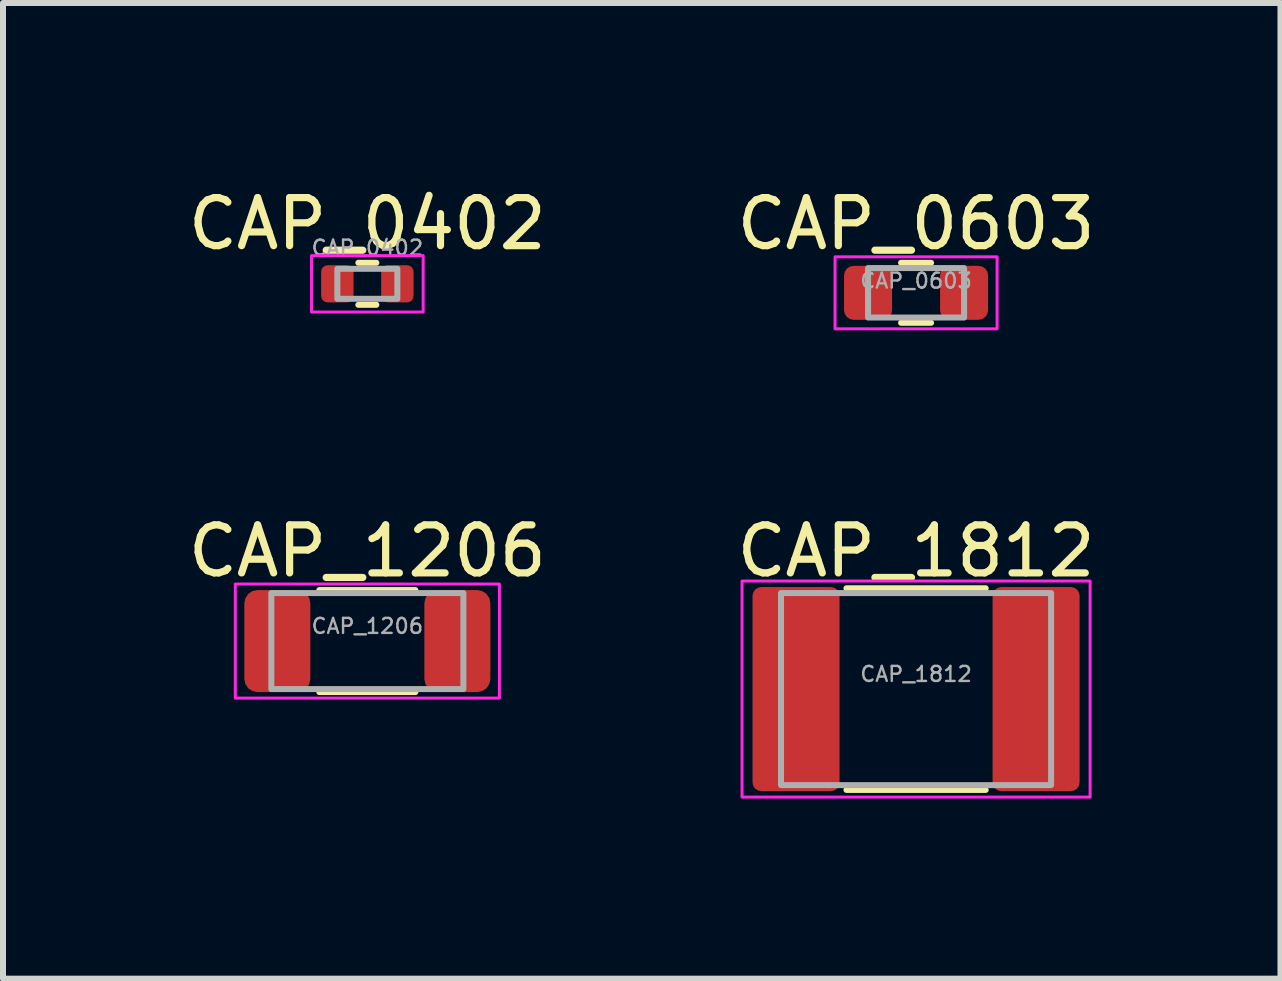
<source format=kicad_pcb>
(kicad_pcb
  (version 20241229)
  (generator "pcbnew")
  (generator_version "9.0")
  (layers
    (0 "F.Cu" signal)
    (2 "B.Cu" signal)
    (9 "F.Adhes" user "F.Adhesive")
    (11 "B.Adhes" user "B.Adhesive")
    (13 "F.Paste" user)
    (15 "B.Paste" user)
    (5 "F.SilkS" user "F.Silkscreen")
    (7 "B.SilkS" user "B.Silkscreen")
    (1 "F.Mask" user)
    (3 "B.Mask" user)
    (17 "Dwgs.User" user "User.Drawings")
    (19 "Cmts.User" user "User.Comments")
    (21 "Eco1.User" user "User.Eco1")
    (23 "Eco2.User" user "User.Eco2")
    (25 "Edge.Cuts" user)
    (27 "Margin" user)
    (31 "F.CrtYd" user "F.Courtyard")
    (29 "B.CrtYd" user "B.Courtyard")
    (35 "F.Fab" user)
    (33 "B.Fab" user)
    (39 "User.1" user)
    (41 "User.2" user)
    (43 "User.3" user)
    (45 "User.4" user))
  (footprint "CAP_1206"
    (layer "F.Cu")
    (at 3.071 7.632)
    (property "Reference" "CAP_1206" (at 0 -1.5 0) (unlocked yes) (layer "F.SilkS") (effects (font (size 0.8 0.8) (thickness 0.12))))
    (attr smd)
    (fp_line (start -0.8 -0.85) (end 0.8 -0.85) (stroke (width 0.1) (type solid)) (layer "F.SilkS"))
    (fp_line (start -0.8 0.85) (end 0.8 0.85) (stroke (width 0.1) (type solid)) (layer "F.SilkS"))
    (fp_rect (start -2.2 -0.95) (end 2.2 0.95) (stroke (width 0.05) (type default)) (fill no) (layer "F.CrtYd"))
    (fp_rect (start -1.6 -0.8) (end 1.6 0.8) (stroke (width 0.1) (type default)) (fill no) (layer "F.Fab"))
    (fp_text user "${REFERENCE}" (at 0 -0.25 0) (layer "F.Fab") (effects (font (size 0.25 0.25) (thickness 0.04))))
    (pad "1" smd roundrect (at -1.5 0) (size 1.1 1.7) (layers "F.Cu" "F.Mask" "F.Paste") (roundrect_rratio 0.2))
    (pad "2" smd roundrect (at 1.5 0) (size 1.1 1.7) (layers "F.Cu" "F.Mask" "F.Paste") (roundrect_rratio 0.2)))
  (footprint "CAP_0603"
    (layer "F.Cu")
    (at 12.214 1.829)
    (property "Reference" "CAP_0603" (at 0 -1.15 0) (unlocked yes) (layer "F.SilkS") (effects (font (size 0.8 0.8) (thickness 0.12))))
    (attr smd)
    (fp_line (start -0.25 -0.5) (end 0.25 -0.5) (stroke (width 0.1) (type solid)) (layer "F.SilkS"))
    (fp_line (start -0.25 0.5) (end 0.25 0.5) (stroke (width 0.1) (type solid)) (layer "F.SilkS"))
    (fp_rect (start -1.35 -0.6) (end 1.35 0.6) (stroke (width 0.05) (type default)) (fill no) (layer "F.CrtYd"))
    (fp_rect (start -0.8 -0.412) (end 0.8 0.412) (stroke (width 0.1) (type default)) (fill no) (layer "F.Fab"))
    (fp_text user "${REFERENCE}" (at 0 -0.2 0) (layer "F.Fab") (effects (font (size 0.25 0.25) (thickness 0.04))))
    (pad "1" smd roundrect (at -0.8 0) (size 0.8 0.9) (layers "F.Cu" "F.Mask" "F.Paste") (roundrect_rratio 0.2))
    (pad "2" smd roundrect (at 0.8 0) (size 0.8 0.9) (layers "F.Cu" "F.Mask" "F.Paste") (roundrect_rratio 0.2)))
  (footprint "CAP_1812"
    (layer "F.Cu")
    (at 12.214 8.432)
    (property "Reference" "CAP_1812" (at 0 -2.3 0) (unlocked yes) (layer "F.SilkS") (effects (font (size 0.8 0.8) (thickness 0.12))))
    (attr smd)
    (fp_line (start -1.16 -1.68) (end 1.16 -1.68) (stroke (width 0.1) (type solid)) (layer "F.SilkS"))
    (fp_line (start -1.16 1.68) (end 1.16 1.68) (stroke (width 0.1) (type solid)) (layer "F.SilkS"))
    (fp_rect (start -2.9 -1.8) (end 2.9 1.8) (stroke (width 0.05) (type default)) (fill no) (layer "F.CrtYd"))
    (fp_rect (start -2.25 -1.6) (end 2.25 1.6) (stroke (width 0.1) (type default)) (fill no) (layer "F.Fab"))
    (fp_text user "${REFERENCE}" (at 0 -0.25 0) (layer "F.Fab") (effects (font (size 0.25 0.25) (thickness 0.04))))
    (pad "1" smd roundrect (at -2 0) (size 1.45 3.4) (layers "F.Cu" "F.Mask" "F.Paste") (roundrect_rratio 0.1))
    (pad "2" smd roundrect (at 2 0) (size 1.45 3.4) (layers "F.Cu" "F.Mask" "F.Paste") (roundrect_rratio 0.1)))
  (footprint "CAP_0402"
    (layer "F.Cu")
    (at 3.071 1.679)
    (property "Reference" "CAP_0402" (at 0 -1 0) (unlocked yes) (layer "F.SilkS") (effects (font (size 0.8 0.8) (thickness 0.12))))
    (attr smd)
    (fp_line (start -0.15 -0.35) (end 0.15 -0.35) (stroke (width 0.1) (type solid)) (layer "F.SilkS"))
    (fp_line (start -0.15 0.35) (end 0.15 0.35) (stroke (width 0.1) (type solid)) (layer "F.SilkS"))
    (fp_rect (start -0.93 -0.47) (end 0.93 0.47) (stroke (width 0.05) (type default)) (fill no) (layer "F.CrtYd"))
    (fp_rect (start -0.5 -0.25) (end 0.5 0.25) (stroke (width 0.1) (type default)) (fill no) (layer "F.Fab"))
    (fp_text user "${REFERENCE}" (at 0 -0.6 0) (layer "F.Fab") (effects (font (size 0.25 0.25) (thickness 0.04))))
    (pad "1" smd roundrect (at -0.5 0) (size 0.54 0.62) (layers "F.Cu" "F.Mask" "F.Paste") (roundrect_rratio 0.2))
    (pad "2" smd roundrect (at 0.5 0) (size 0.54 0.62) (layers "F.Cu" "F.Mask" "F.Paste") (roundrect_rratio 0.2)))
  (gr_rect
    (start -3 -3)
    (end 18.286 13.257)
    (stroke (width 0.1) (type default))
    (fill no)
    (layer "Edge.Cuts")))
</source>
